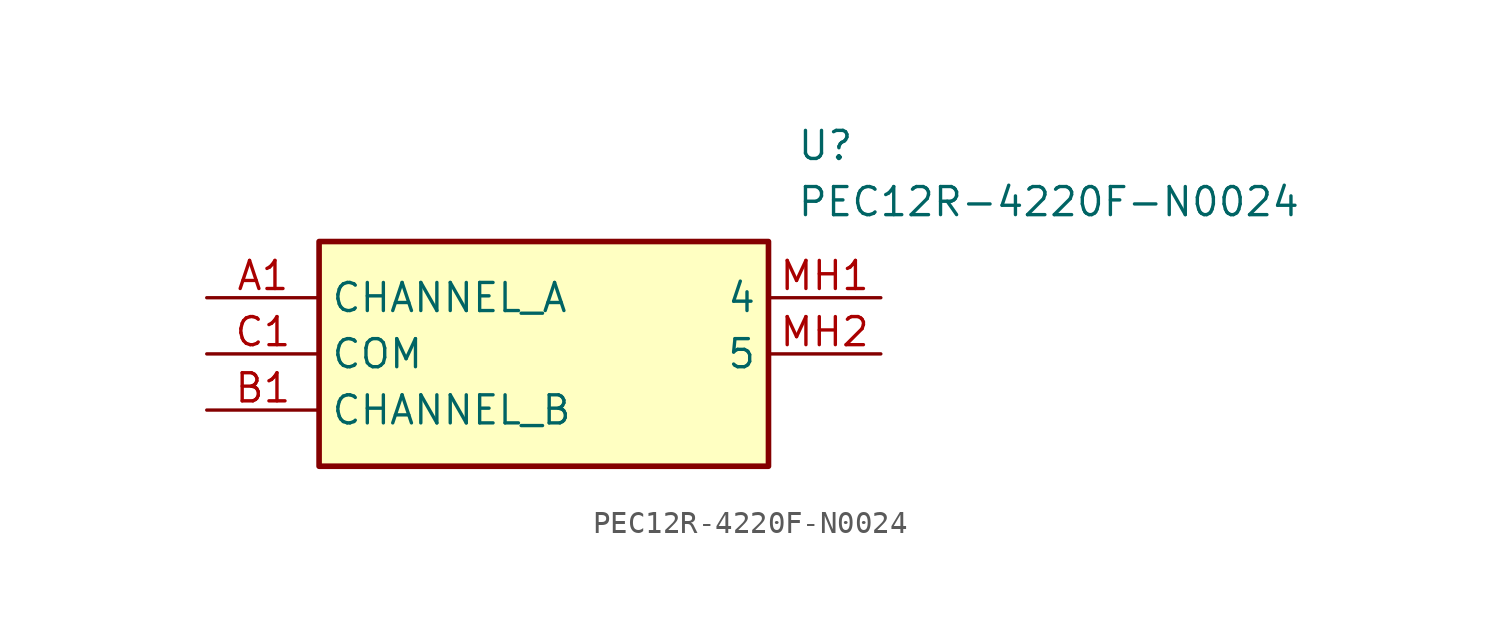
<source format=kicad_sym>
(kicad_symbol_lib
  (version 20211014)
  (generator SamacSys_ECAD_Model)
  (symbol "PEC12R-4220F-N0024"
    (property "Reference" "U"
      (at 26.67 7.62 0)
      (effects (font (size 1.27 1.27)) (justify left top)))
    (property "Value" "PEC12R-4220F-N0024"
      (at 26.67 5.08 0)
      (effects (font (size 1.27 1.27)) (justify left top)))
    (rectangle
      (start 5.08 2.54)
      (end 25.4 -7.62)
      (stroke (width 0.254) (type default))
      (fill (type background)))
    (pin passive line
      (at 0 0 0)
      (length 5.08)
      (name "CHANNEL_A" (effects (font (size 1.27 1.27))))
      (number "A1" (effects (font (size 1.27 1.27)))))
    (pin passive line
      (at 0 -5.08 0)
      (length 5.08)
      (name "CHANNEL_B" (effects (font (size 1.27 1.27))))
      (number "B1" (effects (font (size 1.27 1.27)))))
    (pin passive line
      (at 0 -2.54 0)
      (length 5.08)
      (name "COM" (effects (font (size 1.27 1.27))))
      (number "C1" (effects (font (size 1.27 1.27)))))
    (pin passive line
      (at 30.48 0 180)
      (length 5.08)
      (name "4" (effects (font (size 1.27 1.27))))
      (number "MH1" (effects (font (size 1.27 1.27)))))
    (pin passive line
      (at 30.48 -2.54 180)
      (length 5.08)
      (name "5" (effects (font (size 1.27 1.27))))
      (number "MH2" (effects (font (size 1.27 1.27)))))))
</source>
